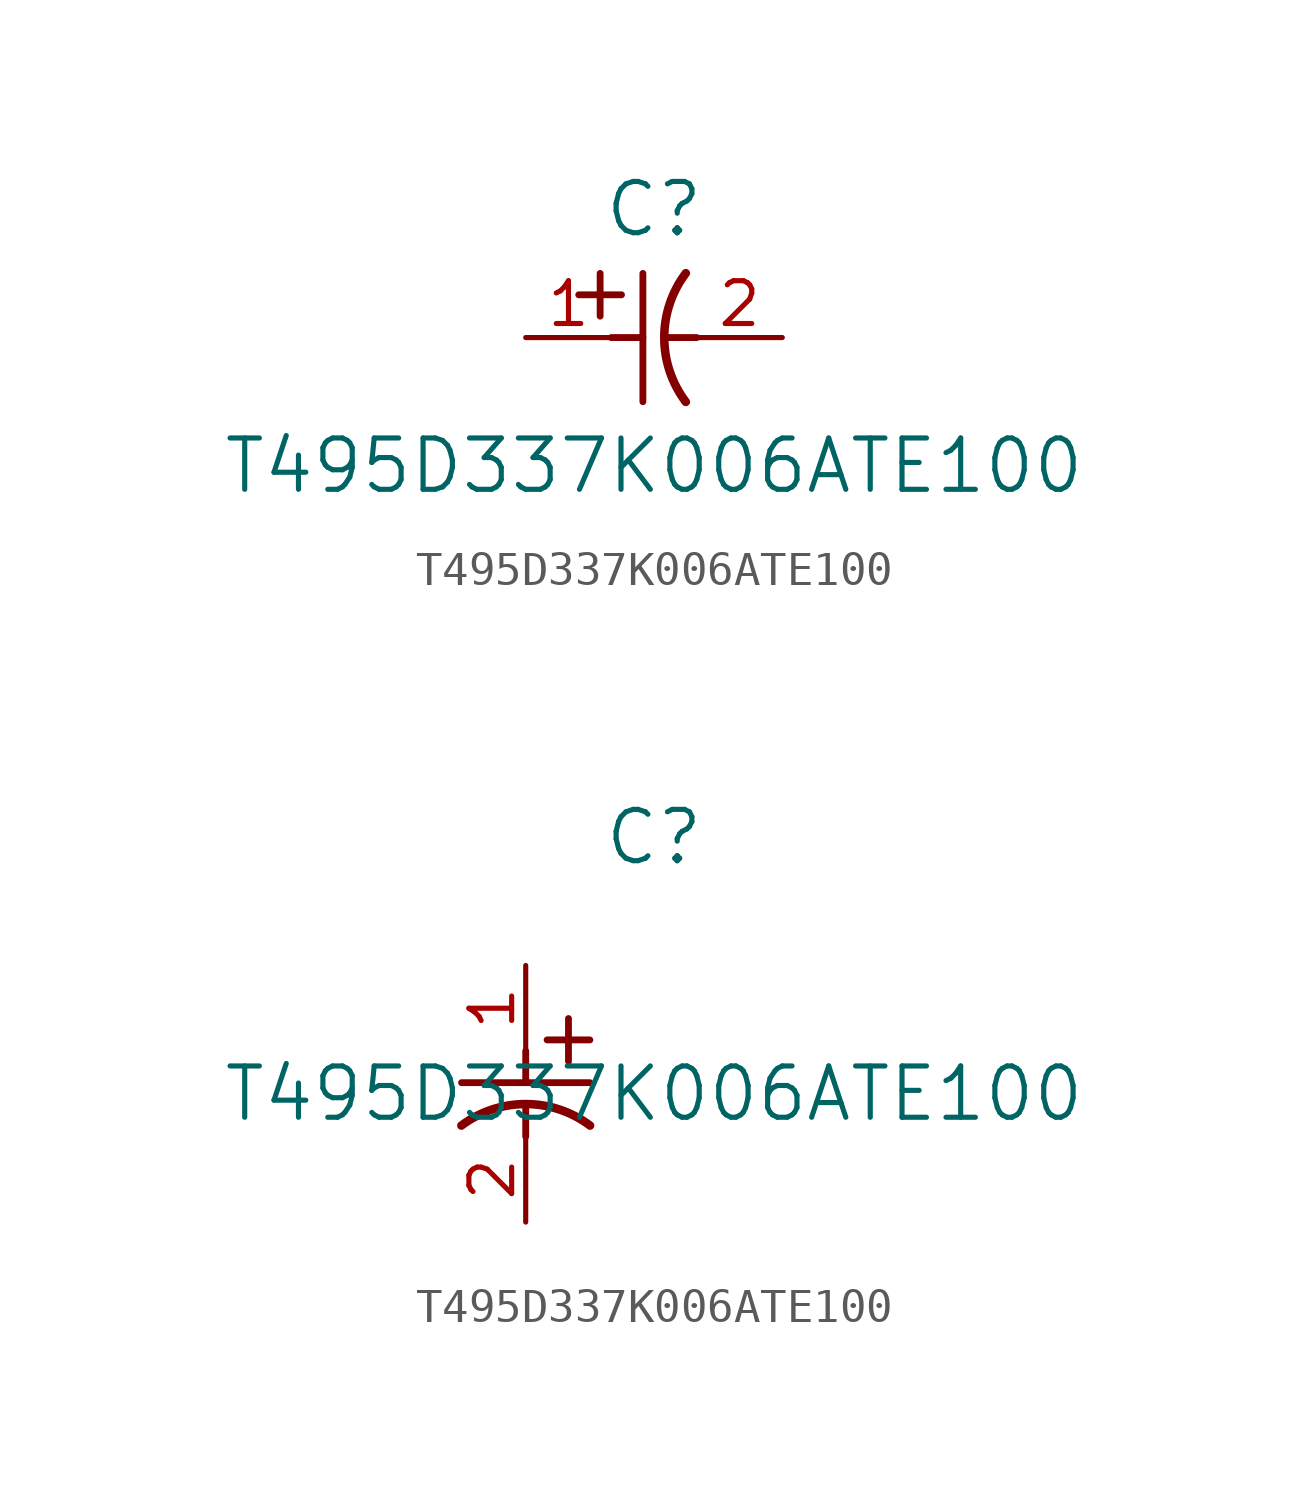
<source format=kicad_sym>
(kicad_symbol_lib
  (version 20211014)
  (generator kicad_symbol_editor)
  (symbol "T495D337K006ATE100"
    (pin_names
      (offset 0.254))
    (property "Reference" "C"
      (at 3.81 3.81 0)
      (effects (font (size 1.524 1.524))))
    (property "Value" "T495D337K006ATE100"
      (at 3.81 -3.81 0)
      (effects (font (size 1.524 1.524))))
    (symbol "T495D337K006ATE100_1_1"
      (polyline (pts (xy 2.21 0.635) (xy 2.21 1.905)) (stroke (width 0.203) (type default) (color 0 0 0 0)) (fill (type none)))
      (arc (start 4.754132 1.910763) (mid 4.1148 0) (end 4.754132 -1.910763) (stroke (width 0.254) (type default) (color 0 0 0 0)) (fill (type none)))
      (polyline (pts (xy 4.115 0) (xy 5.08 0)) (stroke (width 0.203) (type default) (color 0 0 0 0)) (fill (type none)))
      (polyline (pts (xy 3.48 -1.905) (xy 3.48 1.905)) (stroke (width 0.203) (type default) (color 0 0 0 0)) (fill (type none)))
      (polyline (pts (xy 1.575 1.27) (xy 2.845 1.27)) (stroke (width 0.203) (type default) (color 0 0 0 0)) (fill (type none)))
      (polyline (pts (xy 2.54 0) (xy 3.48 0)) (stroke (width 0.203) (type default) (color 0 0 0 0)) (fill (type none)))
      (pin unspecified line (at 0 0 0) (length 2.54) (name "" (effects (font (size 1.27 1.27)))) (number "1" (effects (font (size 1.27 1.27)))))
      (pin unspecified line (at 7.62 0 180) (length 2.54) (name "" (effects (font (size 1.27 1.27)))) (number "2" (effects (font (size 1.27 1.27))))))
    (symbol "T495D337K006ATE100_1_2"
      (polyline (pts (xy 0 -2.54) (xy 0 -3.48)) (stroke (width 0.203) (type default) (color 0 0 0 0)) (fill (type none)))
      (arc (start 1.910763 -4.754132) (mid 0 -4.1148) (end -1.910763 -4.754132) (stroke (width 0.254) (type default) (color 0 0 0 0)) (fill (type none)))
      (polyline (pts (xy -1.905 -3.48) (xy 1.905 -3.48)) (stroke (width 0.203) (type default) (color 0 0 0 0)) (fill (type none)))
      (polyline (pts (xy 0.635 -2.21) (xy 1.905 -2.21)) (stroke (width 0.203) (type default) (color 0 0 0 0)) (fill (type none)))
      (polyline (pts (xy 1.27 -1.575) (xy 1.27 -2.845)) (stroke (width 0.203) (type default) (color 0 0 0 0)) (fill (type none)))
      (polyline (pts (xy 0 -4.115) (xy 0 -5.08)) (stroke (width 0.203) (type default) (color 0 0 0 0)) (fill (type none)))
      (pin unspecified line (at 0 0 270) (length 2.54) (name "" (effects (font (size 1.27 1.27)))) (number "1" (effects (font (size 1.27 1.27)))))
      (pin unspecified line (at 0 -7.62 90) (length 2.54) (name "" (effects (font (size 1.27 1.27)))) (number "2" (effects (font (size 1.27 1.27))))))))
</source>
